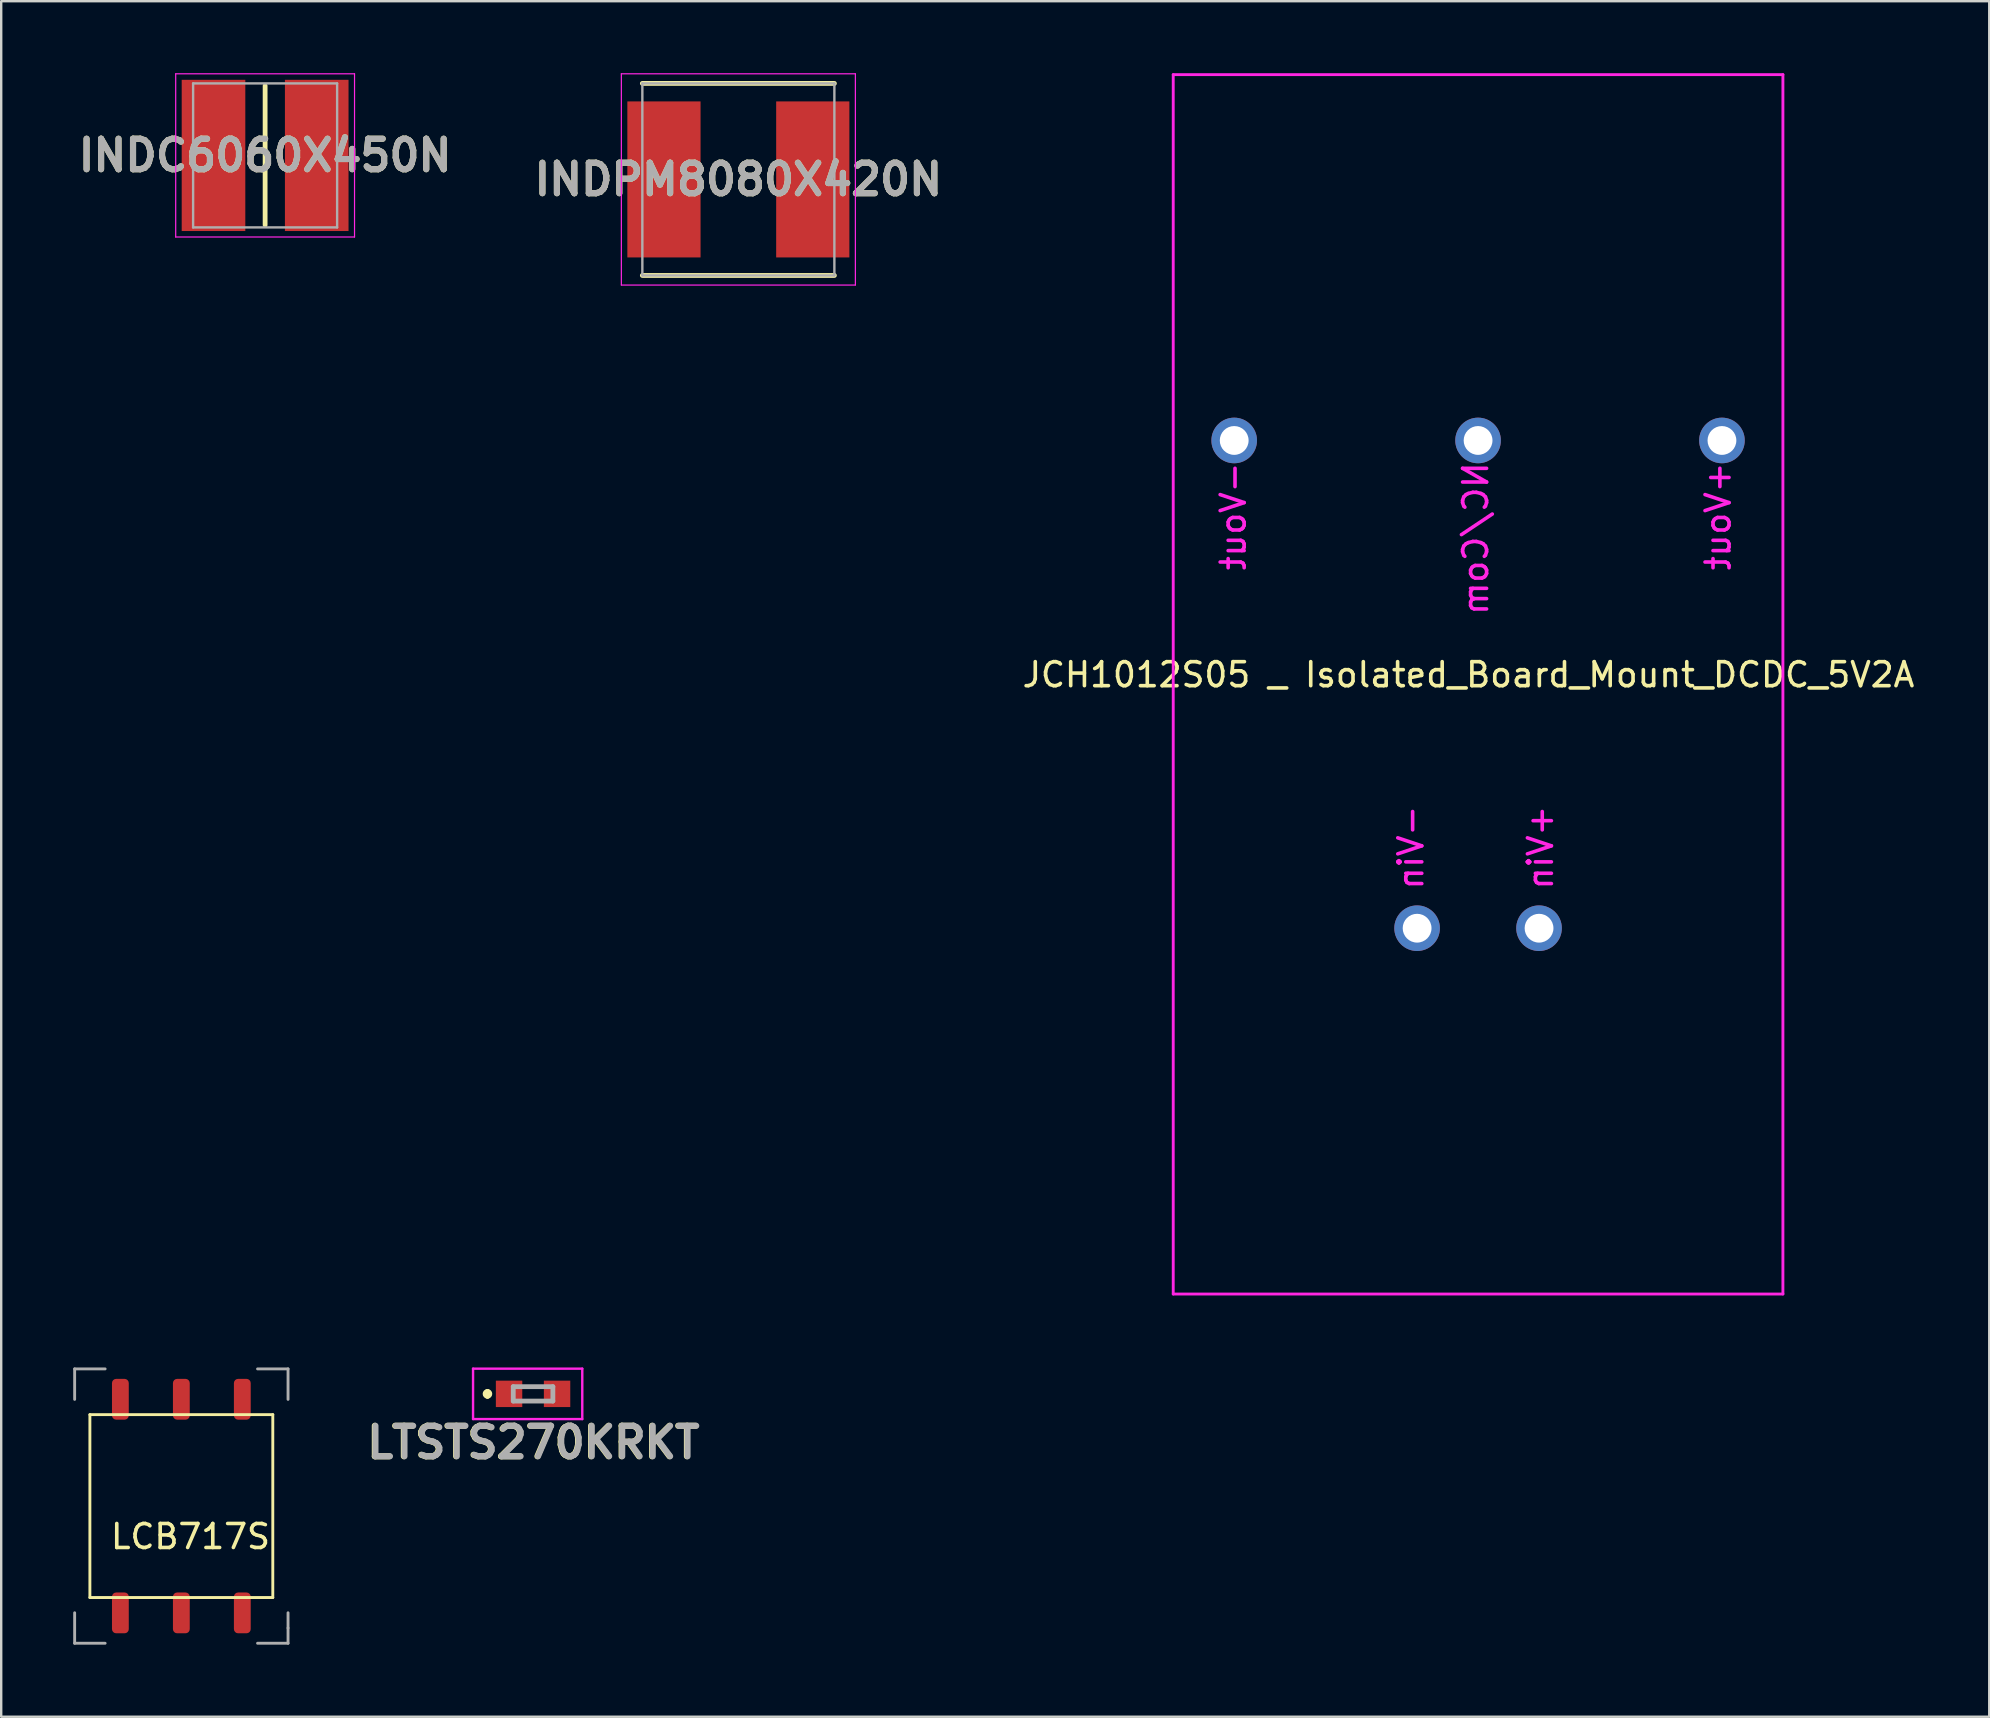
<source format=kicad_pcb>
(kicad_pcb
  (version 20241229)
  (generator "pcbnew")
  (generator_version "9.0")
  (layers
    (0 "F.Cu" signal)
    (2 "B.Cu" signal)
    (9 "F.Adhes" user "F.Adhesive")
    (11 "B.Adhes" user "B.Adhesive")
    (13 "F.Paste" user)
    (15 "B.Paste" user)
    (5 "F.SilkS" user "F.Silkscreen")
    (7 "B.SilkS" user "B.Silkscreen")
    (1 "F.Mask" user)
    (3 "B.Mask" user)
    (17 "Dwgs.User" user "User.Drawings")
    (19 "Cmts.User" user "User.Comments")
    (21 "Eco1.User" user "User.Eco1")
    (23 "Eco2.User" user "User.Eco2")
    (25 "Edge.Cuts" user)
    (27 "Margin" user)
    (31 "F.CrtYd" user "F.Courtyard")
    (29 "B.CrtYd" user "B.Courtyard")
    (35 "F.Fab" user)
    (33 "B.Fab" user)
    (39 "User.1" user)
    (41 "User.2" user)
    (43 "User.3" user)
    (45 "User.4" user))
  (footprint "LCB717S"
    (layer "F.Cu")
    (at 4.505 59.695)
    (property "Reference" "LCB717S" (at 0.381 1.27 0) (layer "F.SilkS") (effects (font (size 1 1) (thickness 0.15))))
    (attr through_hole)
    (fp_line (start -3.81 -3.81) (end 3.81 -3.81) (stroke (width 0.12) (type solid)) (layer "F.SilkS"))
    (fp_line (start -3.81 3.81) (end -3.81 -3.81) (stroke (width 0.12) (type solid)) (layer "F.SilkS"))
    (fp_line (start 3.81 -3.81) (end 3.81 3.81) (stroke (width 0.12) (type solid)) (layer "F.SilkS"))
    (fp_line (start 3.81 3.81) (end -3.81 3.81) (stroke (width 0.12) (type solid)) (layer "F.SilkS"))
    (fp_line (start -4.445 -5.715) (end -3.175 -5.715) (stroke (width 0.12) (type solid)) (layer "F.Fab"))
    (fp_line (start -4.445 -4.445) (end -4.445 -5.715) (stroke (width 0.12) (type solid)) (layer "F.Fab"))
    (fp_line (start -4.445 4.445) (end -4.445 5.715) (stroke (width 0.12) (type solid)) (layer "F.Fab"))
    (fp_line (start -4.445 5.715) (end -3.175 5.715) (stroke (width 0.12) (type solid)) (layer "F.Fab"))
    (fp_line (start 4.445 -5.715) (end 3.175 -5.715) (stroke (width 0.12) (type solid)) (layer "F.Fab"))
    (fp_line (start 4.445 -4.445) (end 4.445 -5.715) (stroke (width 0.12) (type solid)) (layer "F.Fab"))
    (fp_line (start 4.445 5.08) (end 4.445 4.445) (stroke (width 0.12) (type solid)) (layer "F.Fab"))
    (fp_line (start 4.445 5.08) (end 4.445 5.715) (stroke (width 0.12) (type solid)) (layer "F.Fab"))
    (fp_line (start 4.445 5.715) (end 3.175 5.715) (stroke (width 0.12) (type solid)) (layer "F.Fab"))
    (pad "1" smd roundrect (at -2.54 4.45) (size 0.7 1.7) (layers "F.Cu" "F.Mask" "F.Paste") (roundrect_rratio 0.25))
    (pad "2" smd roundrect (at 0 4.45) (size 0.7 1.7) (layers "F.Cu" "F.Mask" "F.Paste") (roundrect_rratio 0.25))
    (pad "3" smd roundrect (at 2.54 4.45) (size 0.7 1.7) (layers "F.Cu" "F.Mask" "F.Paste") (roundrect_rratio 0.25))
    (pad "4" smd roundrect (at 2.54 -4.45) (size 0.7 1.7) (layers "F.Cu" "F.Mask" "F.Paste") (roundrect_rratio 0.25))
    (pad "5" smd roundrect (at 0 -4.45) (size 0.7 1.7) (layers "F.Cu" "F.Mask" "F.Paste") (roundrect_rratio 0.25))
    (pad "6" smd roundrect (at -2.54 -4.45) (size 0.7 1.7) (layers "F.Cu" "F.Mask" "F.Paste") (roundrect_rratio 0.25)))
  (footprint "LTSTS270KRKT"
    (layer "F.Cu")
    (at 19.158 55.02)
    (property "Reference" "LTSTS270KRKT" (at 0 2.025 0) (layer "F.SilkS") (effects (font (size 1.27 1.27) (thickness 0.254))))
    (attr smd)
    (fp_line (start -1.9 -0.1) (end -1.9 -0.1) (stroke (width 0.2) (type solid)) (layer "F.SilkS"))
    (fp_line (start -1.9 0.1) (end -1.9 0.1) (stroke (width 0.2) (type solid)) (layer "F.SilkS"))
    (fp_line (start -0.2 -0.3) (end 0.2 -0.3) (stroke (width 0.1) (type solid)) (layer "F.SilkS"))
    (fp_line (start -0.2 0.3) (end 0.2 0.3) (stroke (width 0.1) (type solid)) (layer "F.SilkS"))
    (fp_arc (start -1.9 -0.1) (mid -1.8 0) (end -1.9 0.1) (stroke (width 0.2) (type solid)) (layer "F.SilkS"))
    (fp_arc (start -1.9 0.1) (mid -2 0) (end -1.9 -0.1) (stroke (width 0.2) (type solid)) (layer "F.SilkS"))
    (fp_line (start -2.5 -1.05) (end 2.05 -1.05) (stroke (width 0.1) (type solid)) (layer "F.CrtYd"))
    (fp_line (start -2.5 1.05) (end -2.5 -1.05) (stroke (width 0.1) (type solid)) (layer "F.CrtYd"))
    (fp_line (start 2.05 -1.05) (end 2.05 1.05) (stroke (width 0.1) (type solid)) (layer "F.CrtYd"))
    (fp_line (start 2.05 1.05) (end -2.5 1.05) (stroke (width 0.1) (type solid)) (layer "F.CrtYd"))
    (fp_line (start -0.825 -0.3) (end 0.825 -0.3) (stroke (width 0.2) (type solid)) (layer "F.Fab"))
    (fp_line (start -0.825 0.3) (end -0.825 -0.3) (stroke (width 0.2) (type solid)) (layer "F.Fab"))
    (fp_line (start 0.825 -0.3) (end 0.825 0.3) (stroke (width 0.2) (type solid)) (layer "F.Fab"))
    (fp_line (start 0.825 0.3) (end -0.825 0.3) (stroke (width 0.2) (type solid)) (layer "F.Fab"))
    (fp_text user "${REFERENCE}" (at 0.025 2.025 0) (layer "F.Fab") (effects (font (size 1.27 1.27) (thickness 0.254))))
    (pad "1" smd rect (at -1 0 90) (size 1.1 1.1) (layers "F.Cu" "F.Mask" "F.Paste"))
    (pad "2" smd rect (at 1 0 90) (size 1.1 1.1) (layers "F.Cu" "F.Mask" "F.Paste")))
  (footprint "INDPM8080X420N"
    (layer "F.Cu")
    (at 27.711 4.425)
    (property "Reference" "INDPM8080X420N" (at 0 0 0) (layer "F.SilkS") (effects (font (size 1.27 1.27) (thickness 0.254))))
    (attr smd)
    (fp_line (start -4 4) (end 4 4) (stroke (width 0.2) (type solid)) (layer "F.SilkS"))
    (fp_line (start 4 -4) (end -4 -4) (stroke (width 0.2) (type solid)) (layer "F.SilkS"))
    (fp_line (start -4.875 -4.4) (end 4.875 -4.4) (stroke (width 0.05) (type solid)) (layer "F.CrtYd"))
    (fp_line (start -4.875 4.4) (end -4.875 -4.4) (stroke (width 0.05) (type solid)) (layer "F.CrtYd"))
    (fp_line (start 4.875 -4.4) (end 4.875 4.4) (stroke (width 0.05) (type solid)) (layer "F.CrtYd"))
    (fp_line (start 4.875 4.4) (end -4.875 4.4) (stroke (width 0.05) (type solid)) (layer "F.CrtYd"))
    (fp_line (start -4 -4) (end 4 -4) (stroke (width 0.1) (type solid)) (layer "F.Fab"))
    (fp_line (start -4 4) (end -4 -4) (stroke (width 0.1) (type solid)) (layer "F.Fab"))
    (fp_line (start 4 -4) (end 4 4) (stroke (width 0.1) (type solid)) (layer "F.Fab"))
    (fp_line (start 4 4) (end -4 4) (stroke (width 0.1) (type solid)) (layer "F.Fab"))
    (fp_text user "${REFERENCE}" (at 0 0 0) (layer "F.Fab") (effects (font (size 1.27 1.27) (thickness 0.254))))
    (pad "1" smd rect (at -3.1 0) (size 3.05 6.5) (layers "F.Cu" "F.Mask" "F.Paste"))
    (pad "2" smd rect (at 3.1 0) (size 3.05 6.5) (layers "F.Cu" "F.Mask" "F.Paste")))
  (footprint "INDC6060X450N"
    (layer "F.Cu")
    (at 7.995 3.425)
    (property "Reference" "INDC6060X450N" (at 0 0 0) (layer "F.SilkS") (effects (font (size 1.27 1.27) (thickness 0.254))))
    (attr smd)
    (fp_line (start 0 -2.9) (end 0 2.9) (stroke (width 0.2) (type solid)) (layer "F.SilkS"))
    (fp_line (start -3.725 -3.4) (end 3.725 -3.4) (stroke (width 0.05) (type solid)) (layer "F.CrtYd"))
    (fp_line (start -3.725 3.4) (end -3.725 -3.4) (stroke (width 0.05) (type solid)) (layer "F.CrtYd"))
    (fp_line (start 3.725 -3.4) (end 3.725 3.4) (stroke (width 0.05) (type solid)) (layer "F.CrtYd"))
    (fp_line (start 3.725 3.4) (end -3.725 3.4) (stroke (width 0.05) (type solid)) (layer "F.CrtYd"))
    (fp_line (start -3 -3) (end 3 -3) (stroke (width 0.1) (type solid)) (layer "F.Fab"))
    (fp_line (start -3 3) (end -3 -3) (stroke (width 0.1) (type solid)) (layer "F.Fab"))
    (fp_line (start 3 -3) (end 3 3) (stroke (width 0.1) (type solid)) (layer "F.Fab"))
    (fp_line (start 3 3) (end -3 3) (stroke (width 0.1) (type solid)) (layer "F.Fab"))
    (fp_text user "${REFERENCE}" (at 0 0 0) (layer "F.Fab") (effects (font (size 1.27 1.27) (thickness 0.254))))
    (pad "1" smd rect (at -2.15 0) (size 2.65 6.3) (layers "F.Cu" "F.Mask" "F.Paste"))
    (pad "2" smd rect (at 2.15 0) (size 2.65 6.3) (layers "F.Cu" "F.Mask" "F.Paste")))
  (footprint "JCH1012S05 _ Isolated_Board_Mount_DCDC_5V2A"
    (layer "F.Cu")
    (at 58.528 25.46)
    (property "Reference" "JCH1012S05 _ Isolated_Board_Mount_DCDC_5V2A" (at -0.4 -0.4 0) (layer "F.SilkS") (effects (font (size 1 1) (thickness 0.15))))
    (attr through_hole)
    (fp_line (start -12.7 -25.4) (end -12.7 25.4) (stroke (width 0.12) (type solid)) (layer "F.CrtYd"))
    (fp_line (start -12.7 25.4) (end 12.7 25.4) (stroke (width 0.12) (type solid)) (layer "F.CrtYd"))
    (fp_line (start 12.7 -25.4) (end -12.7 -25.4) (stroke (width 0.12) (type solid)) (layer "F.CrtYd"))
    (fp_line (start 12.7 25.4) (end 12.7 -25.4) (stroke (width 0.12) (type solid)) (layer "F.CrtYd"))
    (fp_text user "NC/Com" (at -0.1 -6.071 90) (layer "F.CrtYd") (effects (font (size 1 1) (thickness 0.15)) (justify mirror)))
    (fp_text user "-Vout" (at -10.2 -7 90) (layer "F.CrtYd") (effects (font (size 1 1) (thickness 0.15)) (justify mirror)))
    (fp_text user "+Vout" (at 10 -7 90) (layer "F.CrtYd") (effects (font (size 1 1) (thickness 0.15)) (justify mirror)))
    (fp_text user "+Vin" (at 2.6 6.8 90) (layer "F.CrtYd") (effects (font (size 1 1) (thickness 0.15)) (justify mirror)))
    (fp_text user "-Vin" (at -2.8 6.8 90) (layer "F.CrtYd") (effects (font (size 1 1) (thickness 0.15)) (justify mirror)))
    (pad "1" thru_hole circle (at 2.54 10.16) (size 1.9 1.9) (drill 1.2) (layers "*.Cu" "*.Mask"))
    (pad "2" thru_hole circle (at -2.54 10.16) (size 1.9 1.9) (drill 1.2) (layers "*.Cu" "*.Mask"))
    (pad "3" thru_hole circle (at 10.16 -10.16) (size 1.9 1.9) (drill 1.2) (layers "*.Cu" "*.Mask"))
    (pad "4" thru_hole circle (at 0 -10.16) (size 1.9 1.9) (drill 1.2) (layers "*.Cu" "*.Mask"))
    (pad "5" thru_hole circle (at -10.16 -10.16) (size 1.9 1.9) (drill 1.2) (layers "*.Cu" "*.Mask")))
  (gr_rect
    (start -3 -3)
    (end 79.824 68.47)
    (stroke (width 0.1) (type default))
    (fill no)
    (layer "Edge.Cuts")))
</source>
